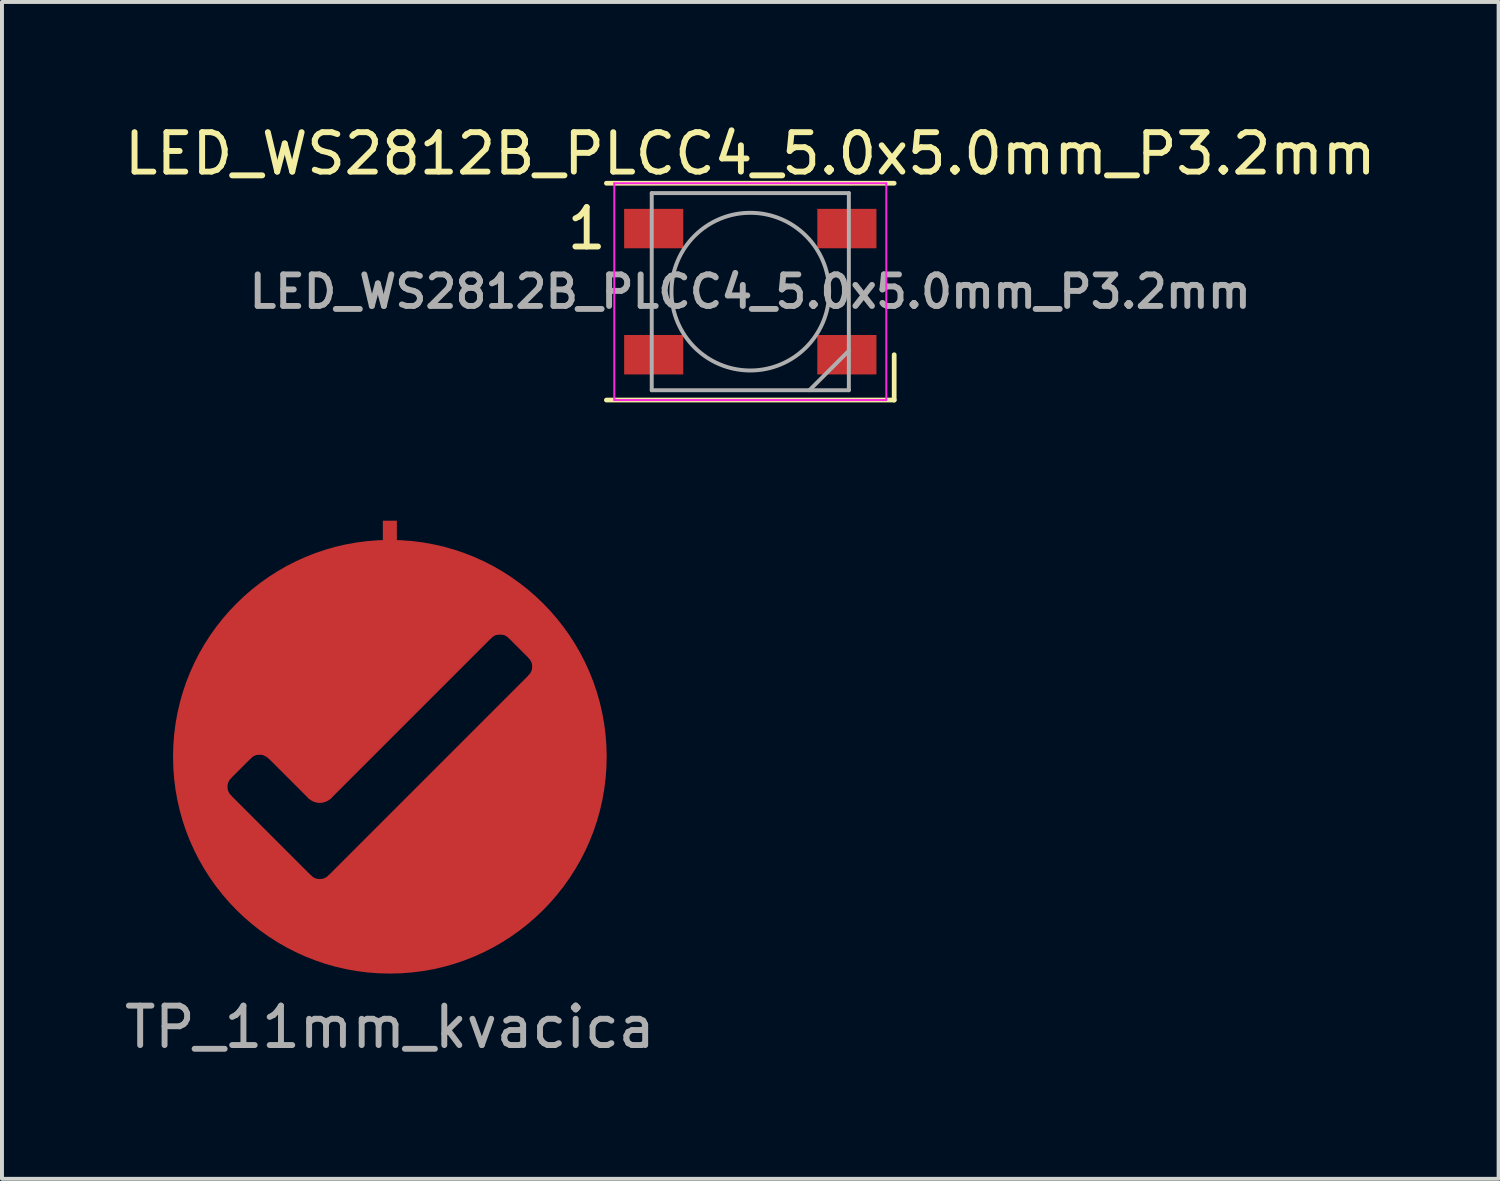
<source format=kicad_pcb>
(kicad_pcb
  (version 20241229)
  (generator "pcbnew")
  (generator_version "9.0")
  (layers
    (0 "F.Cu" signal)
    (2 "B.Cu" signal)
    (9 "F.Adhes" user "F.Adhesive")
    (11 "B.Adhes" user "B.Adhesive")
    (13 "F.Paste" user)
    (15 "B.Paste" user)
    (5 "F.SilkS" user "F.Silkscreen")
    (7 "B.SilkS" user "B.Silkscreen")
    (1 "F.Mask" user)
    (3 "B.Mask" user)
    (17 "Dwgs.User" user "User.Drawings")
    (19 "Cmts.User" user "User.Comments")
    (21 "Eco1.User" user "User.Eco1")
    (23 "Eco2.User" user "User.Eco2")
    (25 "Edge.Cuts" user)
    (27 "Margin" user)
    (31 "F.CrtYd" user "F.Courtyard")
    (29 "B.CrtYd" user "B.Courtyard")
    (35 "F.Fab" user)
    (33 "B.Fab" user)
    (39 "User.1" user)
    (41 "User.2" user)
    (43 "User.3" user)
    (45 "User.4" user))
  (footprint "LED_WS2812B_PLCC4_5.0x5.0mm_P3.2mm"
    (layer "F.Cu")
    (at 15.982 4.348)
    (property "Reference" "LED_WS2812B_PLCC4_5.0x5.0mm_P3.2mm" (at 0 -3.5 0) (layer "F.SilkS") (effects (font (size 1 1) (thickness 0.15))))
    (attr smd)
    (fp_line (start -3.65 -2.75) (end 3.65 -2.75) (stroke (width 0.12) (type solid)) (layer "F.SilkS"))
    (fp_line (start -3.65 2.75) (end 3.65 2.75) (stroke (width 0.12) (type solid)) (layer "F.SilkS"))
    (fp_line (start 3.65 2.75) (end 3.65 1.6) (stroke (width 0.12) (type solid)) (layer "F.SilkS"))
    (fp_line (start -3.45 -2.75) (end -3.45 2.75) (stroke (width 0.05) (type solid)) (layer "F.CrtYd"))
    (fp_line (start -3.45 2.75) (end 3.45 2.75) (stroke (width 0.05) (type solid)) (layer "F.CrtYd"))
    (fp_line (start 3.45 -2.75) (end -3.45 -2.75) (stroke (width 0.05) (type solid)) (layer "F.CrtYd"))
    (fp_line (start 3.45 2.75) (end 3.45 -2.75) (stroke (width 0.05) (type solid)) (layer "F.CrtYd"))
    (fp_line (start -2.5 -2.5) (end -2.5 2.5) (stroke (width 0.1) (type solid)) (layer "F.Fab"))
    (fp_line (start -2.5 2.5) (end 2.5 2.5) (stroke (width 0.1) (type solid)) (layer "F.Fab"))
    (fp_line (start 2.5 -2.5) (end -2.5 -2.5) (stroke (width 0.1) (type solid)) (layer "F.Fab"))
    (fp_line (start 2.5 1.5) (end 1.5 2.5) (stroke (width 0.1) (type solid)) (layer "F.Fab"))
    (fp_line (start 2.5 2.5) (end 2.5 -2.5) (stroke (width 0.1) (type solid)) (layer "F.Fab"))
    (fp_circle (center 0 0) (end 0 -2) (stroke (width 0.1) (type solid)) (fill no) (layer "F.Fab"))
    (fp_circle (center 0 0) (end 0.1 -0.1) (stroke (width 0.12) (type solid)) (fill no) (layer "User.9"))
    (fp_text user "1" (at -4.15 -1.6 0) (layer "F.SilkS") (effects (font (size 1 1) (thickness 0.15))))
    (fp_text user "${REFERENCE}" (at 0 0 0) (layer "F.Fab") (effects (font (size 0.8 0.8) (thickness 0.15))))
    (pad "1" smd rect (at -2.45 -1.6) (size 1.5 1) (layers "F.Cu" "F.Mask" "F.Paste"))
    (pad "2" smd rect (at -2.45 1.6) (size 1.5 1) (layers "F.Cu" "F.Mask" "F.Paste"))
    (pad "3" smd rect (at 2.45 1.6) (size 1.5 1) (layers "F.Cu" "F.Mask" "F.Paste"))
    (pad "4" smd rect (at 2.45 -1.6) (size 1.5 1) (layers "F.Cu" "F.Mask" "F.Paste")))
  (footprint "TP_11mm_kvacica"
    (layer "F.Cu")
    (at 6.839 16.146)
    (property "Reference" "TP_11mm_kvacica" (at 0 6.858 0) (layer "F.Fab") (effects (font (size 1 1) (thickness 0.15))))
    (attr through_hole)
    (fp_line (start -4.064 1.016) (end -2.032 3.048) (stroke (width 0.1) (type solid)) (layer "F.Cu"))
    (fp_line (start -4.064 0.508) (end -3.556 0) (stroke (width 0.1) (type solid)) (layer "F.Cu"))
    (fp_line (start -3.048 0.000001) (end -2.032 1.016) (stroke (width 0.1) (type solid)) (layer "F.Cu"))
    (fp_line (start -1.524 3.048) (end 3.556 -2.032) (stroke (width 0.1) (type solid)) (layer "F.Cu"))
    (fp_line (start 2.54 -3.048) (end -1.524 1.016) (stroke (width 0.1) (type solid)) (layer "F.Cu"))
    (fp_line (start 3.556 -2.54) (end 3.048 -3.048) (stroke (width 0.1) (type solid)) (layer "F.Cu"))
    (fp_arc (start -4.063999 1.015999) (mid -4.169209 0.762) (end -4.063999 0.508001) (stroke (width 0.1) (type solid)) (layer "F.Cu"))
    (fp_arc (start -3.555999 0.000001) (mid -3.302 -0.105209) (end -3.048001 0.000001) (stroke (width 0.1) (type solid)) (layer "F.Cu"))
    (fp_arc (start -1.524001 1.015999) (mid -1.778 1.121209) (end -2.031999 1.015999) (stroke (width 0.1) (type solid)) (layer "F.Cu"))
    (fp_arc (start -1.524001 3.047999) (mid -1.778 3.153209) (end -2.031999 3.047999) (stroke (width 0.1) (type solid)) (layer "F.Cu"))
    (fp_arc (start 2.540001 -3.047999) (mid 2.794 -3.153209) (end 3.047999 -3.047999) (stroke (width 0.1) (type solid)) (layer "F.Cu"))
    (fp_arc (start 3.555999 -2.539999) (mid 3.661209 -2.286) (end 3.555999 -2.032001) (stroke (width 0.1) (type solid)) (layer "F.Cu"))
    (fp_circle (center 0 0) (end 5 0) (stroke (width 1) (type solid)) (fill no) (layer "F.Cu"))
    (fp_poly (pts (xy -1.651 3.239) (xy -1.46 4.318) (xy -2.349 4.318) (xy -2.286 3.048) (xy -2.032 3.048)) (stroke (width 0.01) (type solid)) (fill yes) (layer "F.Cu"))
    (fp_poly (pts (xy 2.857 -4.191) (xy 4.889 -1.651) (xy 4.826 0.953) (xy 3.556 3.556) (xy 0.635 4.953) (xy -1.714 4.636) (xy -1.778 3.175) (xy -1.524 3.048) (xy 3.556 -2.032) (xy 3.683 -2.349) (xy 3.556 -2.54) (xy 2.985 -3.111) (xy 2.603 -3.111) (xy -1.46 0.953) (xy -1.714 1.143) (xy -2.032 1.016) (xy -2.985 0.064) (xy -3.239 -0.064) (xy -3.493 -0.064) (xy -4.128 0.572) (xy -4.191 0.762) (xy -4 1.079) (xy -2.032 3.048) (xy -2.032 4.318) (xy -3.429 3.747) (xy -4.636 1.968) (xy -4.826 -0.635) (xy -3.873 -3.365) (xy -0.635 -5.08)) (stroke (width 0.01) (type solid)) (fill yes) (layer "F.Cu"))
    (fp_poly (pts (xy 2.86 -3.08) (xy 2.92 -3.06) (xy 2.98 -3.02) (xy 3.53 -2.47) (xy 3.56 -2.41) (xy 3.58 -2.34) (xy 3.59 -2.27) (xy 3.58 -2.2) (xy 3.55 -2.13) (xy 3.51 -2.08) (xy -1.58 3.01) (xy -1.62 3.04) (xy -1.67 3.07) (xy -1.77 3.09) (xy -1.81 3.09) (xy -1.86 3.08) (xy -1.89 3.07) (xy -1.93 3.05) (xy -1.97 3.02) (xy -4.04 0.95) (xy -4.06 0.92) (xy -4.09 0.86) (xy -4.1 0.82) (xy -4.11 0.76) (xy -4.1 0.7) (xy -4.08 0.64) (xy -4.05 0.59) (xy -4.01 0.54) (xy -3.52 0.05) (xy -3.46 0.01) (xy -3.41 -0.02) (xy -3.34 -0.04) (xy -3.26 -0.04) (xy -3.22 -0.03) (xy -3.17 -0.01) (xy -3.12 0.02) (xy -3.07 0.07) (xy -2.02 1.11) (xy -1.97 1.14) (xy -1.92 1.16) (xy -1.84 1.18) (xy -1.77 1.19) (xy -1.71 1.19) (xy -1.63 1.16) (xy -1.57 1.13) (xy -1.5 1.08) (xy 2.6 -3.02) (xy 2.66 -3.06) (xy 2.72 -3.08) (xy 2.78 -3.09)) (stroke (width 0.001) (type solid)) (fill yes) (layer "F.Mask"))
    (fp_circle (center 0 0) (end 5.3 0) (stroke (width 0.001) (type solid)) (fill yes) (layer "B.Mask"))
    (pad "1" smd rect (at 0 -5.738) (size 0.356 0.5) (layers "F.Cu"))
    (zone (net_name "") (layer "F.Cu") (hatch edge 0.508) (connect_pads) (min_thickness 0.254) (filled_areas_thickness no) (keepout (tracks not_allowed) (vias not_allowed) (pads not_allowed) (copperpour not_allowed) (footprints allowed)) (placement (enabled no)) (fill) (polygon (pts (xy 12.217 16.146) (xy 12.198 15.696) (xy 12.141 15.249) (xy 12.048 14.809) (xy 11.917 14.378) (xy 11.752 13.959) (xy 11.551 13.556) (xy 11.318 13.17) (xy 11.053 12.806) (xy 10.759 12.465) (xy 10.437 12.15) (xy 10.09 11.863) (xy 9.721 11.606) (xy 9.331 11.381) (xy 8.923 11.189) (xy 8.501 11.032) (xy 8.067 10.911) (xy 7.625 10.826) (xy 7.177 10.779) (xy 6.727 10.77) (xy 6.277 10.798) (xy 5.832 10.864) (xy 5.393 10.967) (xy 4.965 11.106) (xy 4.55 11.281) (xy 4.151 11.489) (xy 3.77 11.731) (xy 3.412 12.003) (xy 3.077 12.304) (xy 2.769 12.632) (xy 2.489 12.985) (xy 2.24 13.361) (xy 2.023 13.755) (xy 1.84 14.167) (xy 1.691 14.592) (xy 1.579 15.028) (xy 1.504 15.472) (xy 1.467 15.921) (xy 1.467 16.371) (xy 1.504 16.82) (xy 1.579 17.264) (xy 1.691 17.7) (xy 1.84 18.126) (xy 2.023 18.537) (xy 2.24 18.932) (xy 2.489 19.307) (xy 2.769 19.66) (xy 3.077 19.988) (xy 3.412 20.289) (xy 3.77 20.562) (xy 4.151 20.803) (xy 4.55 21.012) (xy 4.965 21.186) (xy 5.393 21.325) (xy 5.832 21.428) (xy 6.277 21.494) (xy 6.727 21.522) (xy 7.177 21.513) (xy 7.625 21.466) (xy 8.067 21.381) (xy 8.501 21.26) (xy 8.923 21.103) (xy 9.331 20.912) (xy 9.721 20.686) (xy 10.09 20.429) (xy 10.437 20.142) (xy 10.759 19.827) (xy 11.053 19.486) (xy 11.318 19.122) (xy 11.551 18.737) (xy 11.752 18.333) (xy 11.917 17.915) (xy 12.048 17.483) (xy 12.141 17.043) (xy 12.198 16.596))))
    (zone (net_name "") (layer "B.Cu") (hatch edge 0.508) (connect_pads) (min_thickness 0.254) (filled_areas_thickness no) (keepout (tracks not_allowed) (vias not_allowed) (pads not_allowed) (copperpour not_allowed) (footprints allowed)) (placement (enabled no)) (fill) (polygon (pts (xy 12.217 16.146) (xy 12.198 15.696) (xy 12.141 15.249) (xy 12.048 14.809) (xy 11.917 14.378) (xy 11.752 13.959) (xy 11.551 13.556) (xy 11.318 13.17) (xy 11.053 12.806) (xy 10.759 12.465) (xy 10.437 12.15) (xy 10.09 11.863) (xy 9.721 11.606) (xy 9.331 11.381) (xy 8.923 11.189) (xy 8.501 11.032) (xy 8.067 10.911) (xy 7.625 10.826) (xy 7.177 10.779) (xy 6.727 10.77) (xy 6.277 10.798) (xy 5.832 10.864) (xy 5.393 10.967) (xy 4.965 11.106) (xy 4.55 11.281) (xy 4.151 11.489) (xy 3.77 11.731) (xy 3.412 12.003) (xy 3.077 12.304) (xy 2.769 12.632) (xy 2.489 12.985) (xy 2.24 13.361) (xy 2.023 13.755) (xy 1.84 14.167) (xy 1.691 14.592) (xy 1.579 15.028) (xy 1.504 15.472) (xy 1.467 15.921) (xy 1.467 16.371) (xy 1.504 16.82) (xy 1.579 17.264) (xy 1.691 17.7) (xy 1.84 18.126) (xy 2.023 18.537) (xy 2.24 18.932) (xy 2.489 19.307) (xy 2.769 19.66) (xy 3.077 19.988) (xy 3.412 20.289) (xy 3.77 20.562) (xy 4.151 20.803) (xy 4.55 21.012) (xy 4.965 21.186) (xy 5.393 21.325) (xy 5.832 21.428) (xy 6.277 21.494) (xy 6.727 21.522) (xy 7.177 21.513) (xy 7.625 21.466) (xy 8.067 21.381) (xy 8.501 21.26) (xy 8.923 21.103) (xy 9.331 20.912) (xy 9.721 20.686) (xy 10.09 20.429) (xy 10.437 20.142) (xy 10.759 19.827) (xy 11.053 19.486) (xy 11.318 19.122) (xy 11.551 18.737) (xy 11.752 18.333) (xy 11.917 17.915) (xy 12.048 17.483) (xy 12.141 17.043) (xy 12.198 16.596)))))
  (gr_rect
    (start -3 -3)
    (end 34.964 26.852)
    (stroke (width 0.1) (type default))
    (fill no)
    (layer "Edge.Cuts")))
</source>
